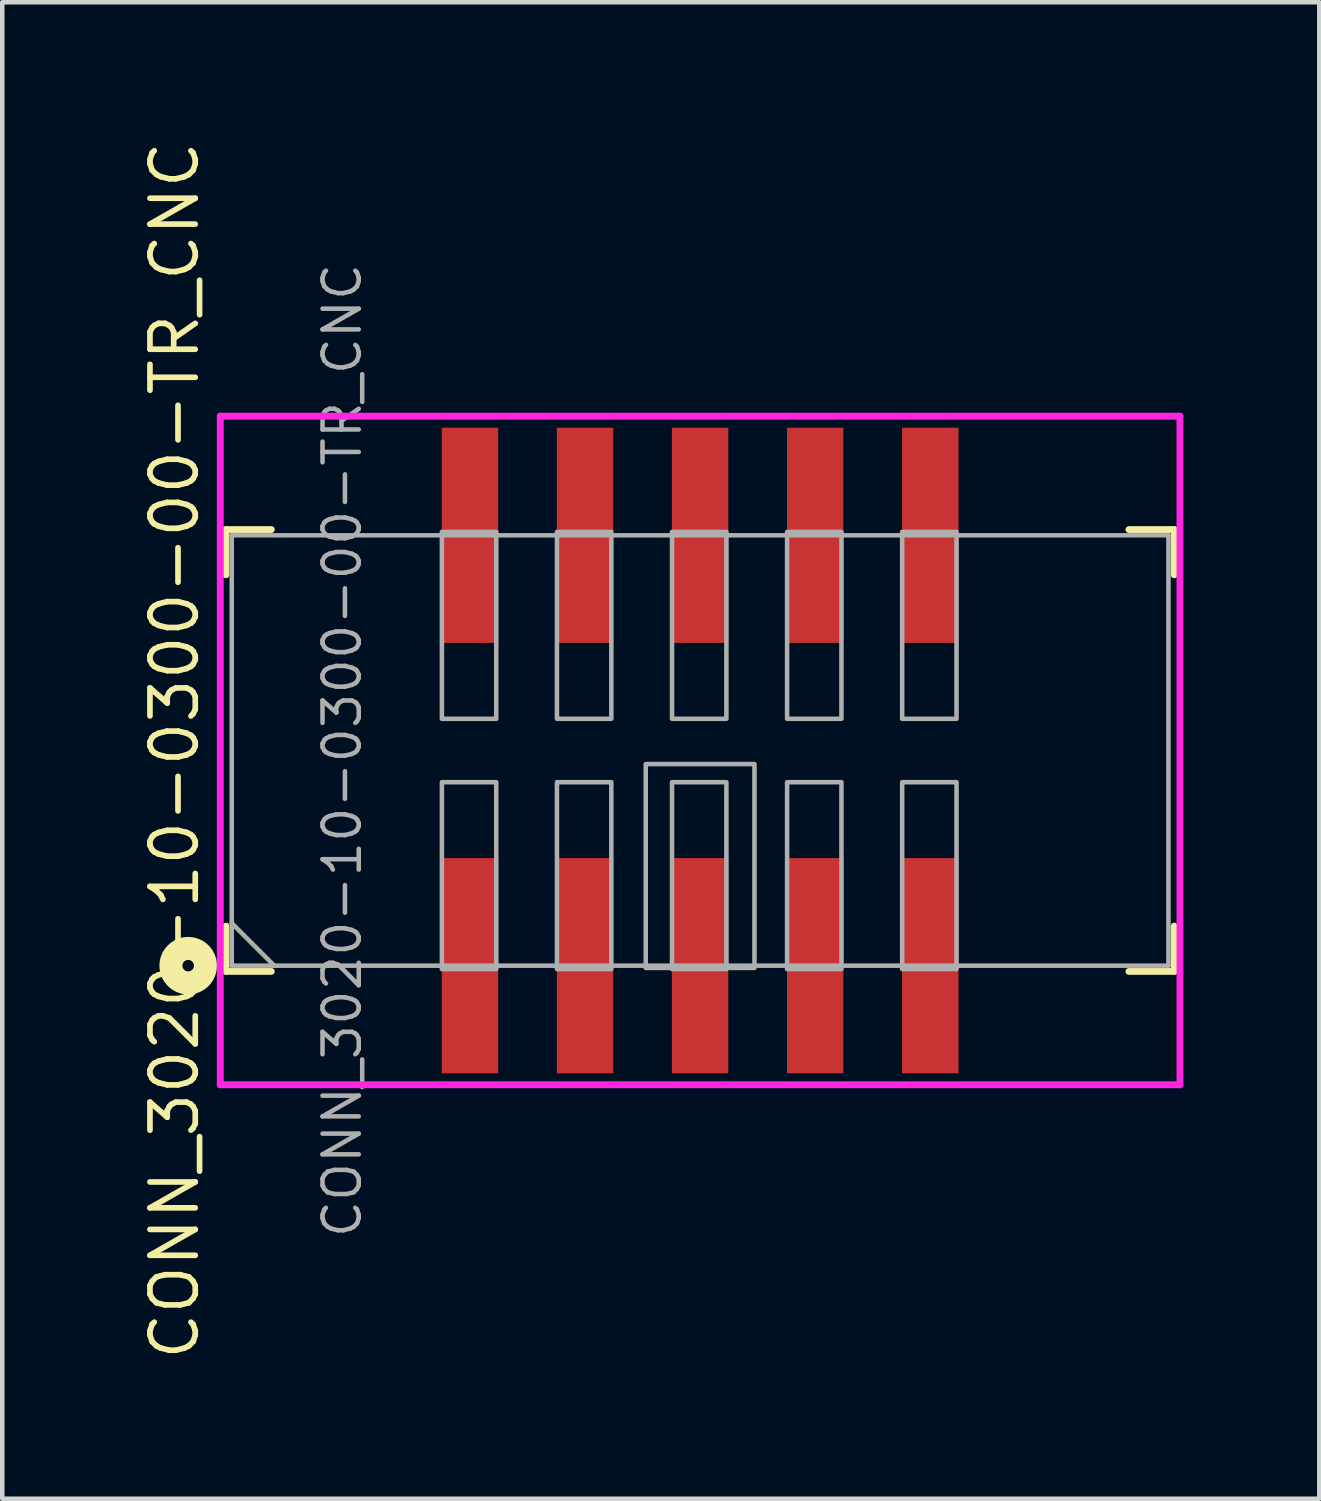
<source format=kicad_pcb>
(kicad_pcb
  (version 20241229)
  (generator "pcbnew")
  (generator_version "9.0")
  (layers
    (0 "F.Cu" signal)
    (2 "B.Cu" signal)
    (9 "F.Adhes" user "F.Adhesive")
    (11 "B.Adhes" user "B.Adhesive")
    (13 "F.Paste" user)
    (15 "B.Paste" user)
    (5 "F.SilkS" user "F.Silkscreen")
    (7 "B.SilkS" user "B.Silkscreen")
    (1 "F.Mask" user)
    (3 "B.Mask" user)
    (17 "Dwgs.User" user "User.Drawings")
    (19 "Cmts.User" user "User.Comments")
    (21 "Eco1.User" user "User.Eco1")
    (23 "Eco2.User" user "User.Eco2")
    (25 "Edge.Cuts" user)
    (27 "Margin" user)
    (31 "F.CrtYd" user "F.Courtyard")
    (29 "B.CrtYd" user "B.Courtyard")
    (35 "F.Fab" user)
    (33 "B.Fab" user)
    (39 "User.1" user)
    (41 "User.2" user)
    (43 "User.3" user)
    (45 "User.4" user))
  (footprint "CONN_3020-10-0300-00-TR_CNC"
    (layer "F.Cu")
    (at 12.404 13.516)
    (property "Reference" "CONN_3020-10-0300-00-TR_CNC" (at -11.6 0 90) (unlocked yes) (layer "F.SilkS") (effects (font (size 1 1) (thickness 0.125))))
    (attr smd)
    (fp_line (start -10.465 -4.877) (end -10.465 -3.877) (stroke (width 0.15) (type solid)) (layer "F.SilkS"))
    (fp_line (start -10.465 -4.877) (end -9.465 -4.877) (stroke (width 0.15) (type solid)) (layer "F.SilkS"))
    (fp_line (start -10.465 4.877) (end -10.465 3.877) (stroke (width 0.15) (type solid)) (layer "F.SilkS"))
    (fp_line (start -10.465 4.877) (end -9.465 4.877) (stroke (width 0.15) (type solid)) (layer "F.SilkS"))
    (fp_line (start 10.465 -4.877) (end 9.465 -4.877) (stroke (width 0.15) (type solid)) (layer "F.SilkS"))
    (fp_line (start 10.465 -4.877) (end 10.465 -3.877) (stroke (width 0.15) (type solid)) (layer "F.SilkS"))
    (fp_line (start 10.465 4.877) (end 9.465 4.877) (stroke (width 0.15) (type solid)) (layer "F.SilkS"))
    (fp_line (start 10.465 4.877) (end 10.465 3.877) (stroke (width 0.15) (type solid)) (layer "F.SilkS"))
    (fp_circle (center -11.3 4.75) (end -10.919 4.75) (stroke (width 0.508) (type solid)) (fill no) (layer "F.SilkS"))
    (fp_line (start -10.592 -7.379) (end -10.592 7.379) (stroke (width 0.152) (type solid)) (layer "F.CrtYd"))
    (fp_line (start -10.592 7.379) (end 10.592 7.379) (stroke (width 0.152) (type solid)) (layer "F.CrtYd"))
    (fp_line (start 10.592 -7.379) (end -10.592 -7.379) (stroke (width 0.152) (type solid)) (layer "F.CrtYd"))
    (fp_line (start 10.592 7.379) (end 10.592 -7.379) (stroke (width 0.152) (type solid)) (layer "F.CrtYd"))
    (fp_line (start -10.338 -4.75) (end -10.338 3.812) (stroke (width 0.1) (type solid)) (layer "F.Fab"))
    (fp_line (start -10.338 3.812) (end -10.338 4.75) (stroke (width 0.1) (type default)) (layer "F.Fab"))
    (fp_line (start -9.4 4.75) (end -10.338 3.812) (stroke (width 0.1) (type default)) (layer "F.Fab"))
    (fp_line (start -9.4 4.75) (end -10.338 4.75) (stroke (width 0.1) (type default)) (layer "F.Fab"))
    (fp_line (start -9.4 4.75) (end 10.338 4.75) (stroke (width 0.1) (type solid)) (layer "F.Fab"))
    (fp_line (start 10.338 -4.75) (end -10.338 -4.75) (stroke (width 0.1) (type solid)) (layer "F.Fab"))
    (fp_line (start 10.338 4.75) (end 10.338 -4.75) (stroke (width 0.1) (type solid)) (layer "F.Fab"))
    (fp_rect (start -5.7 -0.7) (end -4.5 -4.825) (stroke (width 0.1) (type solid)) (fill no) (layer "F.Fab"))
    (fp_rect (start -5.7 0.7) (end -4.5 4.825) (stroke (width 0.1) (type solid)) (fill no) (layer "F.Fab"))
    (fp_rect (start -3.16 -0.7) (end -1.96 -4.825) (stroke (width 0.1) (type solid)) (fill no) (layer "F.Fab"))
    (fp_rect (start -3.16 0.7) (end -1.96 4.825) (stroke (width 0.1) (type solid)) (fill no) (layer "F.Fab"))
    (fp_rect (start -1.2 0.3) (end 1.2 4.8) (stroke (width 0.1) (type default)) (fill no) (layer "F.Fab"))
    (fp_rect (start -0.62 -0.7) (end 0.58 -4.825) (stroke (width 0.1) (type solid)) (fill no) (layer "F.Fab"))
    (fp_rect (start -0.62 0.7) (end 0.58 4.825) (stroke (width 0.1) (type solid)) (fill no) (layer "F.Fab"))
    (fp_rect (start 1.92 -0.7) (end 3.12 -4.825) (stroke (width 0.1) (type solid)) (fill no) (layer "F.Fab"))
    (fp_rect (start 1.92 0.7) (end 3.12 4.825) (stroke (width 0.1) (type solid)) (fill no) (layer "F.Fab"))
    (fp_rect (start 4.46 -0.7) (end 5.66 -4.825) (stroke (width 0.1) (type solid)) (fill no) (layer "F.Fab"))
    (fp_rect (start 4.46 0.7) (end 5.66 4.825) (stroke (width 0.1) (type solid)) (fill no) (layer "F.Fab"))
    (fp_text user "${REFERENCE}" (at -7.9 0 90) (unlocked yes) (layer "F.Fab") (effects (font (size 0.8 0.8) (thickness 0.1))))
    (pad "1" smd rect (at -5.08 4.75) (size 1.245 4.75) (layers "F.Cu" "F.Mask" "F.Paste"))
    (pad "2" smd rect (at -5.08 -4.75) (size 1.245 4.75) (layers "F.Cu" "F.Mask" "F.Paste"))
    (pad "3" smd rect (at -2.54 4.75) (size 1.245 4.75) (layers "F.Cu" "F.Mask" "F.Paste"))
    (pad "4" smd rect (at -2.54 -4.75) (size 1.245 4.75) (layers "F.Cu" "F.Mask" "F.Paste"))
    (pad "5" smd rect (at 0 4.75) (size 1.245 4.75) (layers "F.Cu" "F.Mask" "F.Paste"))
    (pad "6" smd rect (at 0 -4.75) (size 1.245 4.75) (layers "F.Cu" "F.Mask" "F.Paste"))
    (pad "7" smd rect (at 2.54 4.75) (size 1.245 4.75) (layers "F.Cu" "F.Mask" "F.Paste"))
    (pad "8" smd rect (at 2.54 -4.75) (size 1.245 4.75) (layers "F.Cu" "F.Mask" "F.Paste"))
    (pad "9" smd rect (at 5.08 4.75) (size 1.245 4.75) (layers "F.Cu" "F.Mask" "F.Paste"))
    (pad "10" smd rect (at 5.08 -4.75) (size 1.245 4.75) (layers "F.Cu" "F.Mask" "F.Paste")))
  (gr_rect
    (start -3 -3)
    (end 26.072 30.032)
    (stroke (width 0.1) (type default))
    (fill no)
    (layer "Edge.Cuts")))
</source>
